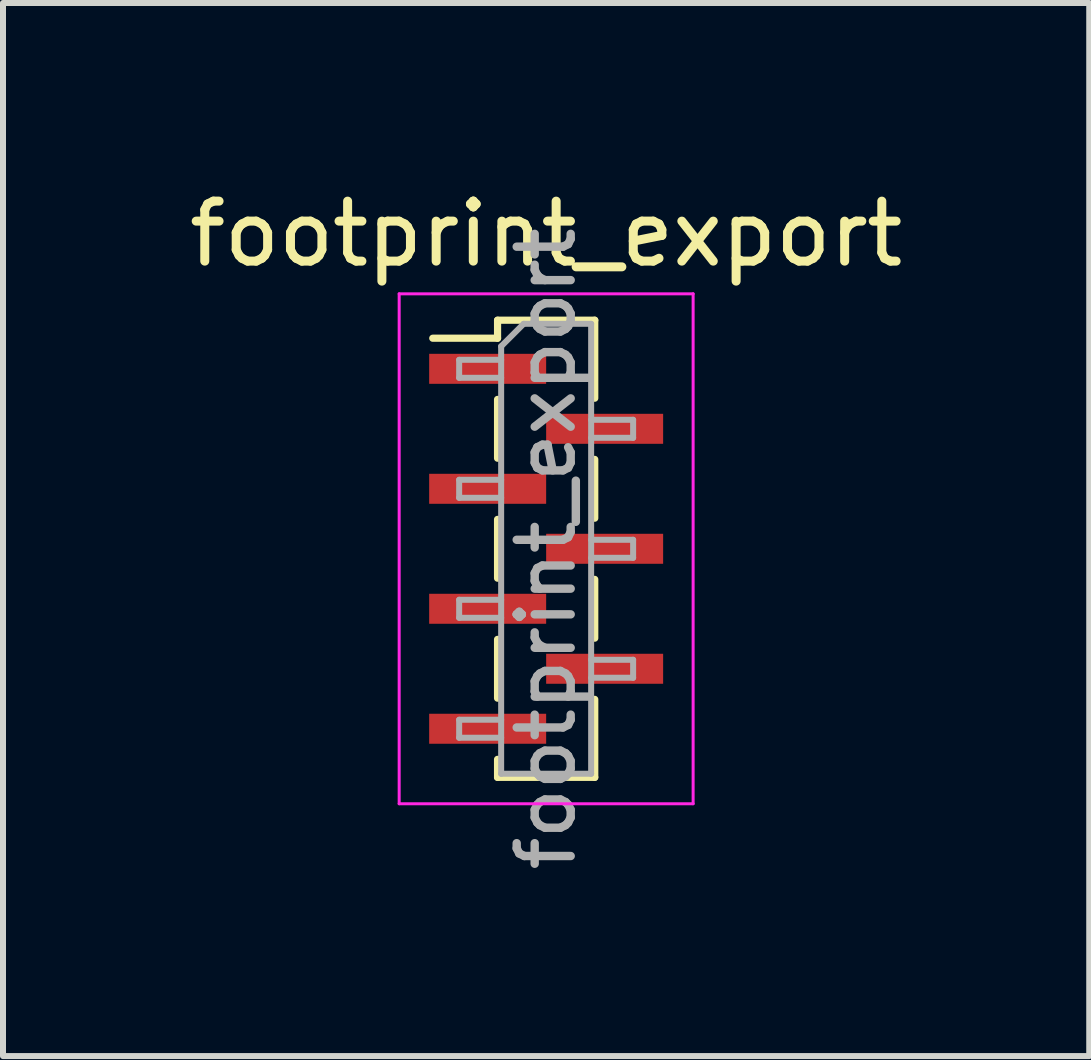
<source format=kicad_pcb>
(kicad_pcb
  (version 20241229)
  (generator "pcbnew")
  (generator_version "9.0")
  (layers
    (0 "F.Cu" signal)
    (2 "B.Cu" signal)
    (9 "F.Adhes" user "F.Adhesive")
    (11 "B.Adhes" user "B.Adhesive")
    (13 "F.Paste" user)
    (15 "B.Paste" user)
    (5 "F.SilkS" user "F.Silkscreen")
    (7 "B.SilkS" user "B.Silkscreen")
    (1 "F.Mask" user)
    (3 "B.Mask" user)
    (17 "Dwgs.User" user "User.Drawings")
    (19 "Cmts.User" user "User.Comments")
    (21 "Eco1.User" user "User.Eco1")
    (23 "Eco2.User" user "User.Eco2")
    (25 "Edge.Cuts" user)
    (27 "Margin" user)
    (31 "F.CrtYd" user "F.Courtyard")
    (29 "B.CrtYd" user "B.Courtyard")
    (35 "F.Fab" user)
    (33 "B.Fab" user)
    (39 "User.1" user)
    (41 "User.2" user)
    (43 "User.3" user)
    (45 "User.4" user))
  (footprint "footprint_export"
    (layer "F.Cu")
    (at 6.054 6.098)
    (property "Reference" "footprint_export" (at 0 -5.25 0) (layer "F.SilkS") (effects (font (size 1 1) (thickness 0.15))))
    (attr smd)
    (fp_line (start -1.89 -3.51) (end -0.81 -3.51) (stroke (width 0.12) (type solid)) (layer "F.SilkS"))
    (fp_line (start -0.81 -3.81) (end -0.81 -3.51) (stroke (width 0.12) (type solid)) (layer "F.SilkS"))
    (fp_line (start -0.81 -3.81) (end 0.81 -3.81) (stroke (width 0.12) (type solid)) (layer "F.SilkS"))
    (fp_line (start -0.81 -2.49) (end -0.81 -1.51) (stroke (width 0.12) (type solid)) (layer "F.SilkS"))
    (fp_line (start -0.81 -0.49) (end -0.81 0.49) (stroke (width 0.12) (type solid)) (layer "F.SilkS"))
    (fp_line (start -0.81 1.51) (end -0.81 2.49) (stroke (width 0.12) (type solid)) (layer "F.SilkS"))
    (fp_line (start -0.81 3.51) (end -0.81 3.81) (stroke (width 0.12) (type solid)) (layer "F.SilkS"))
    (fp_line (start -0.81 3.81) (end 0.81 3.81) (stroke (width 0.12) (type solid)) (layer "F.SilkS"))
    (fp_line (start 0.81 -3.81) (end 0.81 -2.51) (stroke (width 0.12) (type solid)) (layer "F.SilkS"))
    (fp_line (start 0.81 -1.49) (end 0.81 -0.51) (stroke (width 0.12) (type solid)) (layer "F.SilkS"))
    (fp_line (start 0.81 0.51) (end 0.81 1.49) (stroke (width 0.12) (type solid)) (layer "F.SilkS"))
    (fp_line (start 0.81 2.51) (end 0.81 3.81) (stroke (width 0.12) (type solid)) (layer "F.SilkS"))
    (fp_line (start -2.45 -4.25) (end 2.45 -4.25) (stroke (width 0.05) (type solid)) (layer "F.CrtYd"))
    (fp_line (start -2.45 4.25) (end -2.45 -4.25) (stroke (width 0.05) (type solid)) (layer "F.CrtYd"))
    (fp_line (start 2.45 -4.25) (end 2.45 4.25) (stroke (width 0.05) (type solid)) (layer "F.CrtYd"))
    (fp_line (start 2.45 4.25) (end -2.45 4.25) (stroke (width 0.05) (type solid)) (layer "F.CrtYd"))
    (fp_line (start -1.45 -3.15) (end -0.75 -3.15) (stroke (width 0.1) (type solid)) (layer "F.Fab"))
    (fp_line (start -1.45 -2.85) (end -1.45 -3.15) (stroke (width 0.1) (type solid)) (layer "F.Fab"))
    (fp_line (start -1.45 -1.15) (end -0.75 -1.15) (stroke (width 0.1) (type solid)) (layer "F.Fab"))
    (fp_line (start -1.45 -0.85) (end -1.45 -1.15) (stroke (width 0.1) (type solid)) (layer "F.Fab"))
    (fp_line (start -1.45 0.85) (end -0.75 0.85) (stroke (width 0.1) (type solid)) (layer "F.Fab"))
    (fp_line (start -1.45 1.15) (end -1.45 0.85) (stroke (width 0.1) (type solid)) (layer "F.Fab"))
    (fp_line (start -1.45 2.85) (end -0.75 2.85) (stroke (width 0.1) (type solid)) (layer "F.Fab"))
    (fp_line (start -1.45 3.15) (end -1.45 2.85) (stroke (width 0.1) (type solid)) (layer "F.Fab"))
    (fp_line (start -0.75 -3.375) (end -0.375 -3.75) (stroke (width 0.1) (type solid)) (layer "F.Fab"))
    (fp_line (start -0.75 -2.85) (end -1.45 -2.85) (stroke (width 0.1) (type solid)) (layer "F.Fab"))
    (fp_line (start -0.75 -0.85) (end -1.45 -0.85) (stroke (width 0.1) (type solid)) (layer "F.Fab"))
    (fp_line (start -0.75 1.15) (end -1.45 1.15) (stroke (width 0.1) (type solid)) (layer "F.Fab"))
    (fp_line (start -0.75 3.15) (end -1.45 3.15) (stroke (width 0.1) (type solid)) (layer "F.Fab"))
    (fp_line (start -0.75 3.75) (end -0.75 -3.375) (stroke (width 0.1) (type solid)) (layer "F.Fab"))
    (fp_line (start -0.375 -3.75) (end 0.75 -3.75) (stroke (width 0.1) (type solid)) (layer "F.Fab"))
    (fp_line (start 0.75 -3.75) (end 0.75 3.75) (stroke (width 0.1) (type solid)) (layer "F.Fab"))
    (fp_line (start 0.75 -2.15) (end 1.45 -2.15) (stroke (width 0.1) (type solid)) (layer "F.Fab"))
    (fp_line (start 0.75 -0.15) (end 1.45 -0.15) (stroke (width 0.1) (type solid)) (layer "F.Fab"))
    (fp_line (start 0.75 1.85) (end 1.45 1.85) (stroke (width 0.1) (type solid)) (layer "F.Fab"))
    (fp_line (start 0.75 3.75) (end -0.75 3.75) (stroke (width 0.1) (type solid)) (layer "F.Fab"))
    (fp_line (start 1.45 -2.15) (end 1.45 -1.85) (stroke (width 0.1) (type solid)) (layer "F.Fab"))
    (fp_line (start 1.45 -1.85) (end 0.75 -1.85) (stroke (width 0.1) (type solid)) (layer "F.Fab"))
    (fp_line (start 1.45 -0.15) (end 1.45 0.15) (stroke (width 0.1) (type solid)) (layer "F.Fab"))
    (fp_line (start 1.45 0.15) (end 0.75 0.15) (stroke (width 0.1) (type solid)) (layer "F.Fab"))
    (fp_line (start 1.45 1.85) (end 1.45 2.15) (stroke (width 0.1) (type solid)) (layer "F.Fab"))
    (fp_line (start 1.45 2.15) (end 0.75 2.15) (stroke (width 0.1) (type solid)) (layer "F.Fab"))
    (fp_text user "${REFERENCE}" (at 0 0 90) (layer "F.Fab") (effects (font (size 0.9 0.9) (thickness 0.14))))
    (pad "1" smd rect (at -0.975 -3) (size 1.95 0.5) (layers "F.Cu" "F.Mask" "F.Paste"))
    (pad "2" smd rect (at 0.975 -2) (size 1.95 0.5) (layers "F.Cu" "F.Mask" "F.Paste"))
    (pad "3" smd rect (at -0.975 -1) (size 1.95 0.5) (layers "F.Cu" "F.Mask" "F.Paste"))
    (pad "4" smd rect (at 0.975 0) (size 1.95 0.5) (layers "F.Cu" "F.Mask" "F.Paste"))
    (pad "5" smd rect (at -0.975 1) (size 1.95 0.5) (layers "F.Cu" "F.Mask" "F.Paste"))
    (pad "6" smd rect (at 0.975 2) (size 1.95 0.5) (layers "F.Cu" "F.Mask" "F.Paste"))
    (pad "7" smd rect (at -0.975 3) (size 1.95 0.5) (layers "F.Cu" "F.Mask" "F.Paste")))
  (gr_rect
    (start -3 -3)
    (end 15.107 14.554)
    (stroke (width 0.1) (type default))
    (fill no)
    (layer "Edge.Cuts")))
</source>
